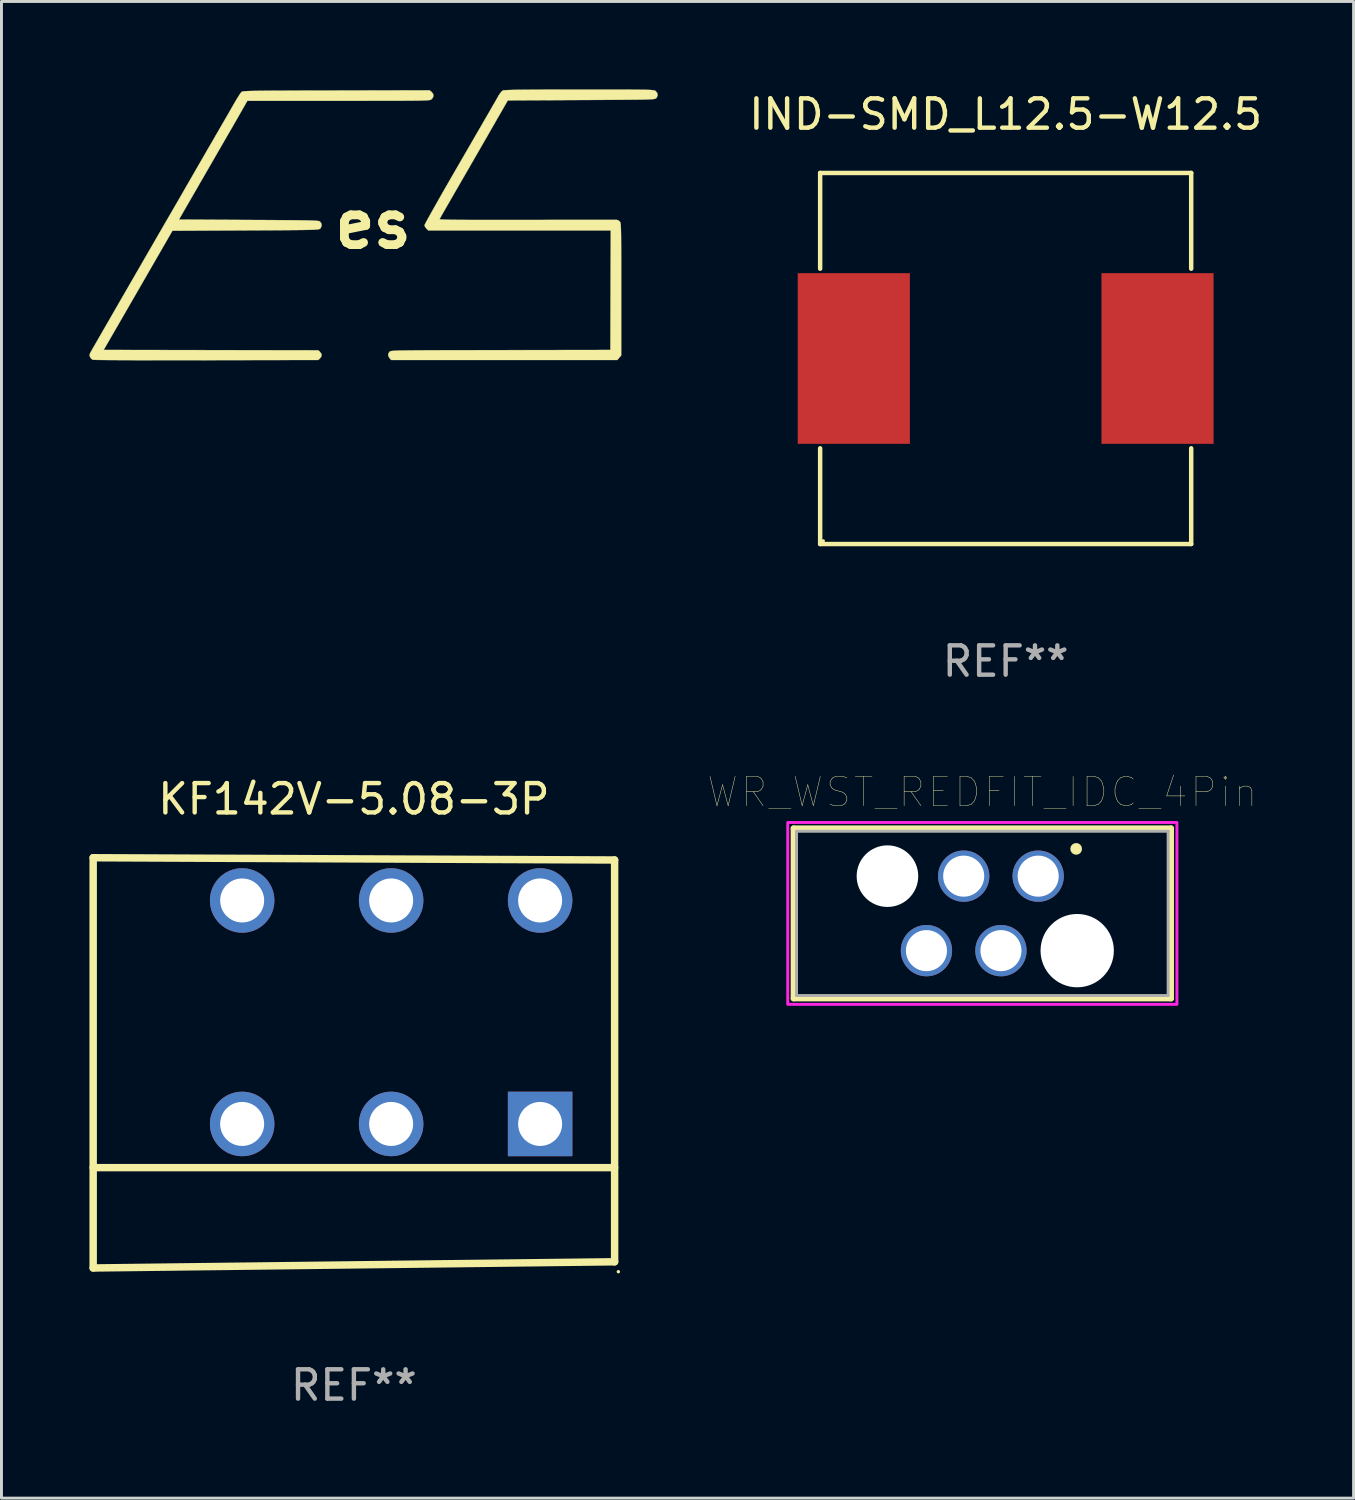
<source format=kicad_pcb>
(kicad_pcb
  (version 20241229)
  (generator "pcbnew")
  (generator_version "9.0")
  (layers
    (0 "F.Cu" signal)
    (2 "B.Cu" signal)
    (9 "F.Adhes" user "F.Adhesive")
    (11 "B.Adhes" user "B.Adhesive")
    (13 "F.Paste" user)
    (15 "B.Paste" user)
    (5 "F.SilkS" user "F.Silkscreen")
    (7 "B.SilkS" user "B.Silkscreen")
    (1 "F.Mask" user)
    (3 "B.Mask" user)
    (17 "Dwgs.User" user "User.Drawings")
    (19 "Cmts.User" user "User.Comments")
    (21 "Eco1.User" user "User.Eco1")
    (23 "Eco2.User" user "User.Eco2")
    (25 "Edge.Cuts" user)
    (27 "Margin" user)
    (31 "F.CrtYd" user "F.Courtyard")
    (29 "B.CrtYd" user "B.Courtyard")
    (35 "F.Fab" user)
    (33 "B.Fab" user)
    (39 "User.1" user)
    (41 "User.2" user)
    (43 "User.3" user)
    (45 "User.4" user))
  (footprint "WR_WST_REDFIT_IDC_4Pin"
    (layer "F.Cu")
    (at 30.445 28.095)
    (property "Reference" "WR_WST_REDFIT_IDC_4Pin" (at 0 -4.135 0) (layer "F.SilkS") (effects (font (size 1 1) (thickness 0.015))))
    (attr through_hole)
    (fp_line (start -6.435 -2.9) (end 6.435 -2.9) (stroke (width 0.2) (type solid)) (layer "F.SilkS"))
    (fp_line (start -6.435 2.9) (end -6.435 -2.9) (stroke (width 0.2) (type solid)) (layer "F.SilkS"))
    (fp_line (start 6.435 -2.9) (end 6.435 2.9) (stroke (width 0.2) (type solid)) (layer "F.SilkS"))
    (fp_line (start 6.435 2.9) (end -6.435 2.9) (stroke (width 0.2) (type solid)) (layer "F.SilkS"))
    (fp_circle (center 3.2 -2.2) (end 3.3 -2.2) (stroke (width 0.2) (type solid)) (fill no) (layer "F.SilkS"))
    (fp_poly (pts (xy -6.635 -3.1) (xy 6.635 -3.1) (xy 6.635 3.1) (xy -6.635 3.1)) (stroke (width 0.1) (type solid)) (fill no) (layer "F.CrtYd"))
    (fp_line (start -6.335 -2.8) (end 6.335 -2.8) (stroke (width 0.1) (type solid)) (layer "F.Fab"))
    (fp_line (start -6.335 2.8) (end -6.335 -2.8) (stroke (width 0.1) (type solid)) (layer "F.Fab"))
    (fp_line (start 6.335 -2.8) (end 6.335 2.8) (stroke (width 0.1) (type solid)) (layer "F.Fab"))
    (fp_line (start 6.335 2.8) (end -6.335 2.8) (stroke (width 0.1) (type solid)) (layer "F.Fab"))
    (pad "" np_thru_hole circle (at -3.235 -1.27) (size 2.1 2.1) (drill 2.1) (layers "*.Cu" "*.Mask"))
    (pad "" np_thru_hole circle (at 3.235 1.27) (size 2.5 2.5) (drill 2.5) (layers "*.Cu" "*.Mask"))
    (pad "1" thru_hole circle (at 1.905 -1.27) (size 1.75 1.75) (drill 1.4) (layers "*.Cu" "*.Mask"))
    (pad "2" thru_hole circle (at 0.635 1.27) (size 1.75 1.75) (drill 1.4) (layers "*.Cu" "*.Mask"))
    (pad "3" thru_hole circle (at -0.635 -1.27) (size 1.75 1.75) (drill 1.4) (layers "*.Cu" "*.Mask"))
    (pad "4" thru_hole circle (at -1.905 1.27) (size 1.75 1.75) (drill 1.4) (layers "*.Cu" "*.Mask")))
  (footprint "KF142V-5.08-3P"
    (layer "F.Cu")
    (at 9.017 33.191)
    (property "Reference" "KF142V-5.08-3P" (at 0 -8.994 0) (layer "F.SilkS") (effects (font (size 1 1) (thickness 0.15))))
    (attr through_hole)
    (fp_line (start -8.89 -6.994) (end -8.89 6.994) (stroke (width 0.254) (type solid)) (layer "F.SilkS"))
    (fp_line (start 8.89 -6.917) (end -8.89 -6.994) (stroke (width 0.254) (type solid)) (layer "F.SilkS"))
    (fp_line (start 8.89 3.573) (end -8.89 3.573) (stroke (width 0.254) (type solid)) (layer "F.SilkS"))
    (fp_line (start 8.89 6.783) (end -8.89 6.994) (stroke (width 0.254) (type solid)) (layer "F.SilkS"))
    (fp_line (start 8.89 -6.917) (end 8.89 6.783) (stroke (width 0.254) (type solid)) (layer "F.SilkS"))
    (fp_circle (center 9.017 7.121) (end 9.047 7.121) (stroke (width 0.06) (type solid)) (fill no) (layer "F.SilkS"))
    (fp_text user "REF**" (at 0 10.994 0) (layer "F.Fab") (effects (font (size 1 1) (thickness 0.15))))
    (pad "1" thru_hole circle (at 6.35 -5.537) (size 2.2 2.2) (drill 1.5) (layers "*.Cu" "*.Mask"))
    (pad "1" thru_hole rect (at 6.35 2.083 180) (size 2.2 2.2) (drill 1.5) (layers "*.Cu" "*.Mask"))
    (pad "2" thru_hole circle (at 1.27 -5.537) (size 2.2 2.2) (drill 1.5) (layers "*.Cu" "*.Mask"))
    (pad "2" thru_hole circle (at 1.27 2.083) (size 2.2 2.2) (drill 1.5) (layers "*.Cu" "*.Mask"))
    (pad "3" thru_hole circle (at -3.81 -5.537) (size 2.2 2.2) (drill 1.5) (layers "*.Cu" "*.Mask"))
    (pad "3" thru_hole circle (at -3.81 2.083) (size 2.2 2.2) (drill 1.5) (layers "*.Cu" "*.Mask")))
  (footprint "es"
    (layer "F.Cu")
    (at 9.673 4.602)
    (property "Reference" "es" (at 0 0 0) (layer "F.SilkS") (effects (font (size 1.524 1.524) (thickness 0.3))))
    (attr through_hole)
    (fp_poly (pts (xy 7.809 -4.597) (xy 8.132 -4.597) (xy 8.413 -4.597) (xy 8.655 -4.596) (xy 8.861 -4.595) (xy 9.035 -4.594) (xy 9.179 -4.592) (xy 9.296 -4.59) (xy 9.39 -4.587) (xy 9.462 -4.584) (xy 9.518 -4.58) (xy 9.558 -4.575) (xy 9.587 -4.569) (xy 9.607 -4.563) (xy 9.621 -4.556) (xy 9.633 -4.547) (xy 9.636 -4.545) (xy 9.69 -4.475) (xy 9.701 -4.396) (xy 9.667 -4.321) (xy 9.649 -4.303) (xy 9.639 -4.295) (xy 9.625 -4.288) (xy 9.604 -4.282) (xy 9.573 -4.276) (xy 9.53 -4.271) (xy 9.47 -4.267) (xy 9.392 -4.263) (xy 9.291 -4.26) (xy 9.166 -4.257) (xy 9.013 -4.255) (xy 8.829 -4.253) (xy 8.61 -4.251) (xy 8.355 -4.249) (xy 8.06 -4.247) (xy 7.722 -4.245) (xy 7.338 -4.243) (xy 7.094 -4.242) (xy 4.592 -4.229) (xy 4.3 -3.721) (xy 3.793 -2.838) (xy 3.274 -1.937) (xy 2.786 -1.092) (xy 2.675 -0.899) (xy 2.571 -0.719) (xy 2.478 -0.557) (xy 2.399 -0.418) (xy 2.335 -0.307) (xy 2.291 -0.228) (xy 2.269 -0.187) (xy 2.267 -0.182) (xy 2.272 -0.177) (xy 2.293 -0.172) (xy 2.332 -0.168) (xy 2.392 -0.165) (xy 2.475 -0.162) (xy 2.584 -0.159) (xy 2.721 -0.157) (xy 2.889 -0.155) (xy 3.09 -0.154) (xy 3.326 -0.153) (xy 3.6 -0.152) (xy 3.914 -0.152) (xy 4.272 -0.152) (xy 4.674 -0.152) (xy 5.124 -0.152) (xy 5.261 -0.153) (xy 5.648 -0.153) (xy 6.021 -0.154) (xy 6.378 -0.154) (xy 6.715 -0.154) (xy 7.028 -0.155) (xy 7.314 -0.155) (xy 7.571 -0.155) (xy 7.795 -0.155) (xy 7.983 -0.155) (xy 8.132 -0.155) (xy 8.238 -0.155) (xy 8.299 -0.155) (xy 8.312 -0.155) (xy 8.362 -0.136) (xy 8.407 -0.102) (xy 8.416 -0.092) (xy 8.424 -0.079) (xy 8.431 -0.061) (xy 8.436 -0.033) (xy 8.441 0.007) (xy 8.445 0.062) (xy 8.449 0.137) (xy 8.451 0.233) (xy 8.454 0.354) (xy 8.455 0.504) (xy 8.456 0.685) (xy 8.457 0.901) (xy 8.458 1.154) (xy 8.458 1.449) (xy 8.458 1.787) (xy 8.458 2.173) (xy 8.458 2.208) (xy 8.458 4.467) (xy 8.327 4.623) (xy 0.618 4.623) (xy 0.563 4.564) (xy 0.516 4.485) (xy 0.517 4.407) (xy 0.559 4.343) (xy 0.567 4.336) (xy 0.577 4.33) (xy 0.591 4.324) (xy 0.614 4.319) (xy 0.645 4.315) (xy 0.69 4.311) (xy 0.749 4.307) (xy 0.825 4.304) (xy 0.921 4.301) (xy 1.04 4.299) (xy 1.183 4.297) (xy 1.353 4.295) (xy 1.553 4.294) (xy 1.786 4.292) (xy 2.053 4.291) (xy 2.357 4.29) (xy 2.701 4.29) (xy 3.087 4.289) (xy 3.518 4.288) (xy 3.997 4.287) (xy 4.223 4.287) (xy 4.649 4.286) (xy 5.063 4.286) (xy 5.462 4.285) (xy 5.842 4.284) (xy 6.2 4.284) (xy 6.534 4.283) (xy 6.841 4.283) (xy 7.117 4.282) (xy 7.359 4.282) (xy 7.565 4.282) (xy 7.732 4.281) (xy 7.856 4.281) (xy 7.935 4.281) (xy 7.963 4.281) (xy 8.09 4.28) (xy 8.096 2.242) (xy 8.103 0.203) (xy 1.877 0.203) (xy 1.815 0.141) (xy 1.772 0.084) (xy 1.753 0.03) (xy 1.753 0.027) (xy 1.765 -0.002) (xy 1.801 -0.072) (xy 1.859 -0.179) (xy 1.938 -0.321) (xy 2.034 -0.493) (xy 2.147 -0.693) (xy 2.274 -0.917) (xy 2.414 -1.163) (xy 2.565 -1.426) (xy 2.725 -1.704) (xy 2.867 -1.949) (xy 3.077 -2.311) (xy 3.263 -2.633) (xy 3.427 -2.916) (xy 3.57 -3.164) (xy 3.695 -3.379) (xy 3.802 -3.565) (xy 3.894 -3.723) (xy 3.972 -3.858) (xy 4.037 -3.972) (xy 4.092 -4.067) (xy 4.139 -4.147) (xy 4.177 -4.215) (xy 4.21 -4.272) (xy 4.239 -4.323) (xy 4.266 -4.37) (xy 4.28 -4.394) (xy 4.332 -4.474) (xy 4.386 -4.537) (xy 4.421 -4.565) (xy 4.443 -4.571) (xy 4.487 -4.575) (xy 4.556 -4.58) (xy 4.652 -4.583) (xy 4.778 -4.587) (xy 4.935 -4.589) (xy 5.128 -4.591) (xy 5.357 -4.593) (xy 5.625 -4.595) (xy 5.936 -4.596) (xy 6.29 -4.596) (xy 6.691 -4.597) (xy 7.026 -4.597) (xy 7.441 -4.597) (xy 7.809 -4.597)) (stroke (width 0.01) (type solid)) (fill yes) (layer "F.SilkS"))
    (fp_poly (pts (xy 1.99 -4.52) (xy 2.046 -4.449) (xy 2.056 -4.371) (xy 2.019 -4.295) (xy 1.99 -4.269) (xy 1.98 -4.261) (xy 1.968 -4.254) (xy 1.952 -4.248) (xy 1.928 -4.242) (xy 1.895 -4.238) (xy 1.849 -4.233) (xy 1.788 -4.23) (xy 1.709 -4.227) (xy 1.61 -4.224) (xy 1.487 -4.222) (xy 1.338 -4.22) (xy 1.16 -4.219) (xy 0.951 -4.218) (xy 0.708 -4.217) (xy 0.428 -4.217) (xy 0.108 -4.217) (xy -0.254 -4.216) (xy -0.661 -4.216) (xy -1.115 -4.216) (xy -1.182 -4.216) (xy -4.288 -4.216) (xy -4.517 -3.816) (xy -4.601 -3.668) (xy -4.688 -3.517) (xy -4.769 -3.376) (xy -4.837 -3.258) (xy -4.871 -3.2) (xy -4.919 -3.118) (xy -4.987 -3) (xy -5.07 -2.856) (xy -5.163 -2.695) (xy -5.261 -2.525) (xy -5.333 -2.4) (xy -5.445 -2.206) (xy -5.569 -1.991) (xy -5.697 -1.77) (xy -5.819 -1.558) (xy -5.928 -1.37) (xy -5.963 -1.308) (xy -6.061 -1.138) (xy -6.164 -0.96) (xy -6.264 -0.786) (xy -6.355 -0.629) (xy -6.428 -0.502) (xy -6.439 -0.483) (xy -6.622 -0.165) (xy -4.241 -0.152) (xy -3.839 -0.15) (xy -3.485 -0.148) (xy -3.176 -0.146) (xy -2.908 -0.144) (xy -2.679 -0.142) (xy -2.485 -0.14) (xy -2.323 -0.138) (xy -2.191 -0.135) (xy -2.084 -0.132) (xy -2.001 -0.128) (xy -1.937 -0.124) (xy -1.89 -0.119) (xy -1.856 -0.114) (xy -1.834 -0.108) (xy -1.818 -0.101) (xy -1.808 -0.093) (xy -1.806 -0.091) (xy -1.761 -0.021) (xy -1.759 0.061) (xy -1.797 0.134) (xy -1.806 0.142) (xy -1.816 0.15) (xy -1.83 0.157) (xy -1.851 0.163) (xy -1.882 0.169) (xy -1.926 0.174) (xy -1.986 0.178) (xy -2.064 0.182) (xy -2.165 0.185) (xy -2.29 0.188) (xy -2.444 0.19) (xy -2.628 0.192) (xy -2.847 0.194) (xy -3.103 0.196) (xy -3.398 0.198) (xy -3.737 0.2) (xy -4.122 0.202) (xy -4.352 0.203) (xy -6.844 0.216) (xy -7.166 0.775) (xy -7.237 0.897) (xy -7.329 1.058) (xy -7.441 1.251) (xy -7.568 1.471) (xy -7.707 1.713) (xy -7.856 1.971) (xy -8.01 2.238) (xy -8.167 2.51) (xy -8.323 2.78) (xy -8.338 2.807) (xy -9.189 4.28) (xy -1.87 4.293) (xy -1.811 4.348) (xy -1.761 4.421) (xy -1.762 4.496) (xy -1.811 4.567) (xy -1.87 4.622) (xy -5.685 4.629) (xy -6.122 4.63) (xy -6.546 4.63) (xy -6.953 4.63) (xy -7.342 4.63) (xy -7.708 4.629) (xy -8.05 4.629) (xy -8.365 4.628) (xy -8.649 4.627) (xy -8.9 4.625) (xy -9.115 4.624) (xy -9.291 4.622) (xy -9.425 4.62) (xy -9.515 4.618) (xy -9.558 4.616) (xy -9.561 4.615) (xy -9.614 4.578) (xy -9.652 4.521) (xy -9.668 4.469) (xy -9.662 4.421) (xy -9.632 4.356) (xy -9.621 4.338) (xy -9.587 4.277) (xy -9.528 4.174) (xy -9.446 4.032) (xy -9.342 3.851) (xy -9.218 3.635) (xy -9.073 3.385) (xy -8.911 3.103) (xy -8.732 2.792) (xy -8.536 2.453) (xy -8.326 2.088) (xy -8.102 1.7) (xy -8.007 1.537) (xy -7.821 1.214) (xy -7.658 0.931) (xy -7.516 0.686) (xy -7.395 0.476) (xy -7.291 0.296) (xy -7.203 0.145) (xy -7.13 0.018) (xy -7.069 -0.088) (xy -7.018 -0.175) (xy -6.976 -0.248) (xy -6.941 -0.309) (xy -6.91 -0.361) (xy -6.883 -0.409) (xy -6.856 -0.454) (xy -6.832 -0.495) (xy -6.792 -0.564) (xy -6.731 -0.67) (xy -6.651 -0.808) (xy -6.557 -0.971) (xy -6.453 -1.152) (xy -6.342 -1.345) (xy -6.227 -1.544) (xy -6.224 -1.549) (xy -6.108 -1.751) (xy -5.995 -1.948) (xy -5.887 -2.135) (xy -5.789 -2.304) (xy -5.705 -2.45) (xy -5.639 -2.565) (xy -5.594 -2.642) (xy -5.516 -2.776) (xy -5.427 -2.929) (xy -5.344 -3.074) (xy -5.315 -3.124) (xy -5.238 -3.257) (xy -5.152 -3.405) (xy -5.072 -3.544) (xy -5.043 -3.594) (xy -4.978 -3.706) (xy -4.898 -3.845) (xy -4.813 -3.993) (xy -4.731 -4.135) (xy -4.726 -4.145) (xy -4.656 -4.264) (xy -4.591 -4.369) (xy -4.537 -4.453) (xy -4.499 -4.504) (xy -4.491 -4.513) (xy -4.481 -4.52) (xy -4.468 -4.526) (xy -4.447 -4.532) (xy -4.416 -4.536) (xy -4.373 -4.541) (xy -4.315 -4.544) (xy -4.239 -4.548) (xy -4.142 -4.551) (xy -4.023 -4.553) (xy -3.878 -4.555) (xy -3.704 -4.557) (xy -3.499 -4.559) (xy -3.261 -4.56) (xy -2.986 -4.561) (xy -2.673 -4.563) (xy -2.317 -4.564) (xy -1.918 -4.565) (xy -1.471 -4.565) (xy -1.258 -4.566) (xy 1.923 -4.573) (xy 1.99 -4.52)) (stroke (width 0.01) (type solid)) (fill yes) (layer "F.SilkS")))
  (footprint "IND-SMD_L12.5-W12.5"
    (layer "F.Cu")
    (at 31.241 9.174)
    (property "Reference" "IND-SMD_L12.5-W12.5" (at 0 -8.326 0) (layer "F.SilkS") (effects (font (size 1 1) (thickness 0.15))))
    (attr smd)
    (fp_line (start -6.326 -6.326) (end 6.326 -6.326) (stroke (width 0.152) (type solid)) (layer "F.SilkS"))
    (fp_line (start -6.326 -3.062) (end -6.326 -6.326) (stroke (width 0.152) (type solid)) (layer "F.SilkS"))
    (fp_line (start -6.326 3.062) (end -6.326 6.326) (stroke (width 0.152) (type solid)) (layer "F.SilkS"))
    (fp_line (start -6.326 6.326) (end 6.326 6.326) (stroke (width 0.152) (type solid)) (layer "F.SilkS"))
    (fp_line (start 6.326 -6.326) (end 6.326 -3.062) (stroke (width 0.152) (type solid)) (layer "F.SilkS"))
    (fp_line (start 6.326 6.326) (end 6.326 3.062) (stroke (width 0.152) (type solid)) (layer "F.SilkS"))
    (fp_circle (center -6.22 6.22) (end -6.19 6.22) (stroke (width 0.06) (type solid)) (fill no) (layer "F.SilkS"))
    (fp_text user "REF**" (at 0 10.326 0) (layer "F.Fab") (effects (font (size 1 1) (thickness 0.15))))
    (pad "1" smd rect (at 5.178 0) (size 3.824 5.82) (layers "F.Cu" "F.Mask" "F.Paste"))
    (pad "2" smd rect (at -5.178 0) (size 3.824 5.82) (layers "F.Cu" "F.Mask" "F.Paste")))
  (gr_rect
    (start -3 -3)
    (end 43.104 48.034)
    (stroke (width 0.1) (type default))
    (fill no)
    (layer "Edge.Cuts")))
</source>
